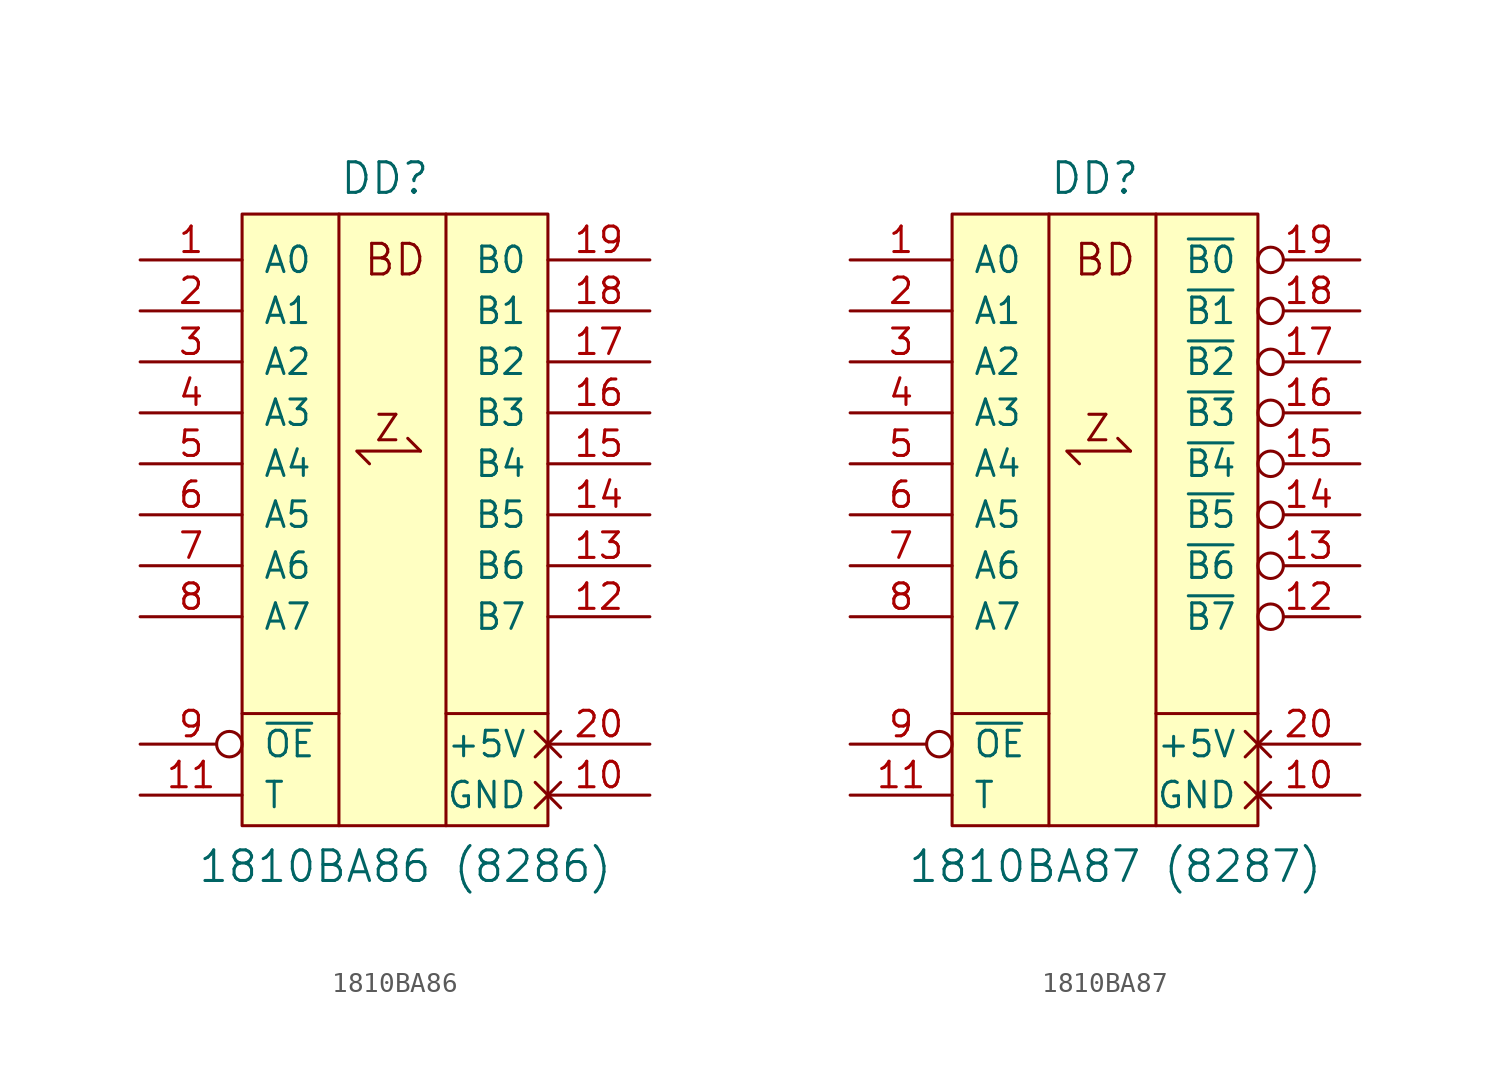
<source format=kicad_sym>
(kicad_symbol_lib
  (version 20231120)
  (generator "kicad_symbol_editor")
  (generator_version "8.0")
  (symbol "1810ВА86"
    (pin_names
      (offset 1.016))
    (property "Reference" "DD"
      (at -0.508 16.764 0)
      (effects (font (size 1.524 1.524))))
    (property "Value" "1810ВА86 (8286)"
      (at 0.508 -17.526 0)
      (effects (font (size 1.524 1.524))))
    (symbol "1810ВА86_0_0"
      (polyline (pts (xy -7.62 -9.906) (xy -2.794 -9.906)) (stroke (width 0) (type solid)) (fill (type none)))
      (polyline (pts (xy -2.794 14.986) (xy -2.794 -15.494)) (stroke (width 0) (type solid)) (fill (type none)))
      (polyline (pts (xy 1.27 3.175) (xy 0.635 3.81)) (stroke (width 0) (type default)) (fill (type none)))
      (polyline (pts (xy 2.54 -9.906) (xy 7.62 -9.906)) (stroke (width 0) (type solid)) (fill (type none)))
      (polyline (pts (xy 2.54 14.986) (xy 2.54 -15.494)) (stroke (width 0) (type solid)) (fill (type none)))
      (polyline (pts (xy -1.27 2.54) (xy -1.905 3.175) (xy 1.27 3.175)) (stroke (width 0) (type default)) (fill (type none)))
      (text "BD" (at 0 12.7 0) (effects (font (size 1.524 1.524)))))
    (symbol "1810ВА86_0_1"
      (pin input line (at -12.7 -13.97 0) (length 5.08) (name "T" (effects (font (size 1.27 1.27)))) (number "11" (effects (font (size 1.27 1.27)))))
      (pin input inverted (at -12.7 -11.43 0) (length 5.08) (name "~{OE}" (effects (font (size 1.27 1.27)))) (number "9" (effects (font (size 1.27 1.27))))))
    (symbol "1810ВА86_1_0"
      (rectangle (start -7.62 14.986) (end 7.62 -15.494) (stroke (width 0) (type solid)) (fill (type background)))
      (text "Z" (at -0.381 4.318 0) (effects (font (size 1.27 1.27)))))
    (symbol "1810ВА86_1_1"
      (pin tri_state line (at -12.7 12.7 0) (length 5.08) (name "A0" (effects (font (size 1.27 1.27)))) (number "1" (effects (font (size 1.27 1.27)))))
      (pin power_in non_logic (at 12.7 -13.97 180) (length 5.08) (name "GND" (effects (font (size 1.27 1.27)))) (number "10" (effects (font (size 1.27 1.27)))))
      (pin tri_state line (at 12.7 -5.08 180) (length 5.08) (name "B7" (effects (font (size 1.27 1.27)))) (number "12" (effects (font (size 1.27 1.27)))))
      (pin tri_state line (at 12.7 -2.54 180) (length 5.08) (name "B6" (effects (font (size 1.27 1.27)))) (number "13" (effects (font (size 1.27 1.27)))))
      (pin tri_state line (at 12.7 0 180) (length 5.08) (name "B5" (effects (font (size 1.27 1.27)))) (number "14" (effects (font (size 1.27 1.27)))))
      (pin tri_state line (at 12.7 2.54 180) (length 5.08) (name "B4" (effects (font (size 1.27 1.27)))) (number "15" (effects (font (size 1.27 1.27)))))
      (pin tri_state line (at 12.7 5.08 180) (length 5.08) (name "B3" (effects (font (size 1.27 1.27)))) (number "16" (effects (font (size 1.27 1.27)))))
      (pin tri_state line (at 12.7 7.62 180) (length 5.08) (name "B2" (effects (font (size 1.27 1.27)))) (number "17" (effects (font (size 1.27 1.27)))))
      (pin tri_state line (at 12.7 10.16 180) (length 5.08) (name "B1" (effects (font (size 1.27 1.27)))) (number "18" (effects (font (size 1.27 1.27)))))
      (pin tri_state line (at 12.7 12.7 180) (length 5.08) (name "B0" (effects (font (size 1.27 1.27)))) (number "19" (effects (font (size 1.27 1.27)))))
      (pin tri_state line (at -12.7 10.16 0) (length 5.08) (name "A1" (effects (font (size 1.27 1.27)))) (number "2" (effects (font (size 1.27 1.27)))))
      (pin power_in non_logic (at 12.7 -11.43 180) (length 5.08) (name "+5V" (effects (font (size 1.27 1.27)))) (number "20" (effects (font (size 1.27 1.27)))))
      (pin tri_state line (at -12.7 7.62 0) (length 5.08) (name "A2" (effects (font (size 1.27 1.27)))) (number "3" (effects (font (size 1.27 1.27)))))
      (pin tri_state line (at -12.7 5.08 0) (length 5.08) (name "A3" (effects (font (size 1.27 1.27)))) (number "4" (effects (font (size 1.27 1.27)))))
      (pin tri_state line (at -12.7 2.54 0) (length 5.08) (name "A4" (effects (font (size 1.27 1.27)))) (number "5" (effects (font (size 1.27 1.27)))))
      (pin tri_state line (at -12.7 0 0) (length 5.08) (name "A5" (effects (font (size 1.27 1.27)))) (number "6" (effects (font (size 1.27 1.27)))))
      (pin tri_state line (at -12.7 -2.54 0) (length 5.08) (name "A6" (effects (font (size 1.27 1.27)))) (number "7" (effects (font (size 1.27 1.27)))))
      (pin tri_state line (at -12.7 -5.08 0) (length 5.08) (name "A7" (effects (font (size 1.27 1.27)))) (number "8" (effects (font (size 1.27 1.27)))))))
  (symbol "1810ВА87"
    (pin_names
      (offset 1.016))
    (property "Reference" "DD"
      (at -0.508 16.764 0)
      (effects (font (size 1.524 1.524))))
    (property "Value" "1810ВА87 (8287)"
      (at 0.508 -17.526 0)
      (effects (font (size 1.524 1.524))))
    (symbol "1810ВА87_0_0"
      (polyline (pts (xy -7.62 -9.906) (xy -2.794 -9.906)) (stroke (width 0) (type solid)) (fill (type none)))
      (polyline (pts (xy -2.794 14.986) (xy -2.794 -15.494)) (stroke (width 0) (type solid)) (fill (type none)))
      (polyline (pts (xy 1.27 3.175) (xy 0.635 3.81)) (stroke (width 0) (type default)) (fill (type none)))
      (polyline (pts (xy 2.54 -9.906) (xy 7.62 -9.906)) (stroke (width 0) (type solid)) (fill (type none)))
      (polyline (pts (xy 2.54 14.986) (xy 2.54 -15.494)) (stroke (width 0) (type solid)) (fill (type none)))
      (polyline (pts (xy -1.27 2.54) (xy -1.905 3.175) (xy 1.27 3.175)) (stroke (width 0) (type default)) (fill (type none)))
      (text "BD" (at 0 12.7 0) (effects (font (size 1.524 1.524)))))
    (symbol "1810ВА87_0_1"
      (pin input line (at -12.7 -13.97 0) (length 5.08) (name "T" (effects (font (size 1.27 1.27)))) (number "11" (effects (font (size 1.27 1.27)))))
      (pin input inverted (at -12.7 -11.43 0) (length 5.08) (name "~{OE}" (effects (font (size 1.27 1.27)))) (number "9" (effects (font (size 1.27 1.27))))))
    (symbol "1810ВА87_1_0"
      (rectangle (start -7.62 14.986) (end 7.62 -15.494) (stroke (width 0) (type solid)) (fill (type background)))
      (text "Z" (at -0.381 4.318 0) (effects (font (size 1.27 1.27)))))
    (symbol "1810ВА87_1_1"
      (pin tri_state line (at -12.7 12.7 0) (length 5.08) (name "A0" (effects (font (size 1.27 1.27)))) (number "1" (effects (font (size 1.27 1.27)))))
      (pin power_in non_logic (at 12.7 -13.97 180) (length 5.08) (name "GND" (effects (font (size 1.27 1.27)))) (number "10" (effects (font (size 1.27 1.27)))))
      (pin tri_state inverted (at 12.7 -5.08 180) (length 5.08) (name "~{B7}" (effects (font (size 1.27 1.27)))) (number "12" (effects (font (size 1.27 1.27)))))
      (pin tri_state inverted (at 12.7 -2.54 180) (length 5.08) (name "~{B6}" (effects (font (size 1.27 1.27)))) (number "13" (effects (font (size 1.27 1.27)))))
      (pin tri_state inverted (at 12.7 0 180) (length 5.08) (name "~{B5}" (effects (font (size 1.27 1.27)))) (number "14" (effects (font (size 1.27 1.27)))))
      (pin tri_state inverted (at 12.7 2.54 180) (length 5.08) (name "~{B4}" (effects (font (size 1.27 1.27)))) (number "15" (effects (font (size 1.27 1.27)))))
      (pin tri_state inverted (at 12.7 5.08 180) (length 5.08) (name "~{B3}" (effects (font (size 1.27 1.27)))) (number "16" (effects (font (size 1.27 1.27)))))
      (pin tri_state inverted (at 12.7 7.62 180) (length 5.08) (name "~{B2}" (effects (font (size 1.27 1.27)))) (number "17" (effects (font (size 1.27 1.27)))))
      (pin tri_state inverted (at 12.7 10.16 180) (length 5.08) (name "~{B1}" (effects (font (size 1.27 1.27)))) (number "18" (effects (font (size 1.27 1.27)))))
      (pin tri_state inverted (at 12.7 12.7 180) (length 5.08) (name "~{B0}" (effects (font (size 1.27 1.27)))) (number "19" (effects (font (size 1.27 1.27)))))
      (pin tri_state line (at -12.7 10.16 0) (length 5.08) (name "A1" (effects (font (size 1.27 1.27)))) (number "2" (effects (font (size 1.27 1.27)))))
      (pin power_in non_logic (at 12.7 -11.43 180) (length 5.08) (name "+5V" (effects (font (size 1.27 1.27)))) (number "20" (effects (font (size 1.27 1.27)))))
      (pin tri_state line (at -12.7 7.62 0) (length 5.08) (name "A2" (effects (font (size 1.27 1.27)))) (number "3" (effects (font (size 1.27 1.27)))))
      (pin tri_state line (at -12.7 5.08 0) (length 5.08) (name "A3" (effects (font (size 1.27 1.27)))) (number "4" (effects (font (size 1.27 1.27)))))
      (pin tri_state line (at -12.7 2.54 0) (length 5.08) (name "A4" (effects (font (size 1.27 1.27)))) (number "5" (effects (font (size 1.27 1.27)))))
      (pin tri_state line (at -12.7 0 0) (length 5.08) (name "A5" (effects (font (size 1.27 1.27)))) (number "6" (effects (font (size 1.27 1.27)))))
      (pin tri_state line (at -12.7 -2.54 0) (length 5.08) (name "A6" (effects (font (size 1.27 1.27)))) (number "7" (effects (font (size 1.27 1.27)))))
      (pin tri_state line (at -12.7 -5.08 0) (length 5.08) (name "A7" (effects (font (size 1.27 1.27)))) (number "8" (effects (font (size 1.27 1.27))))))))
</source>
